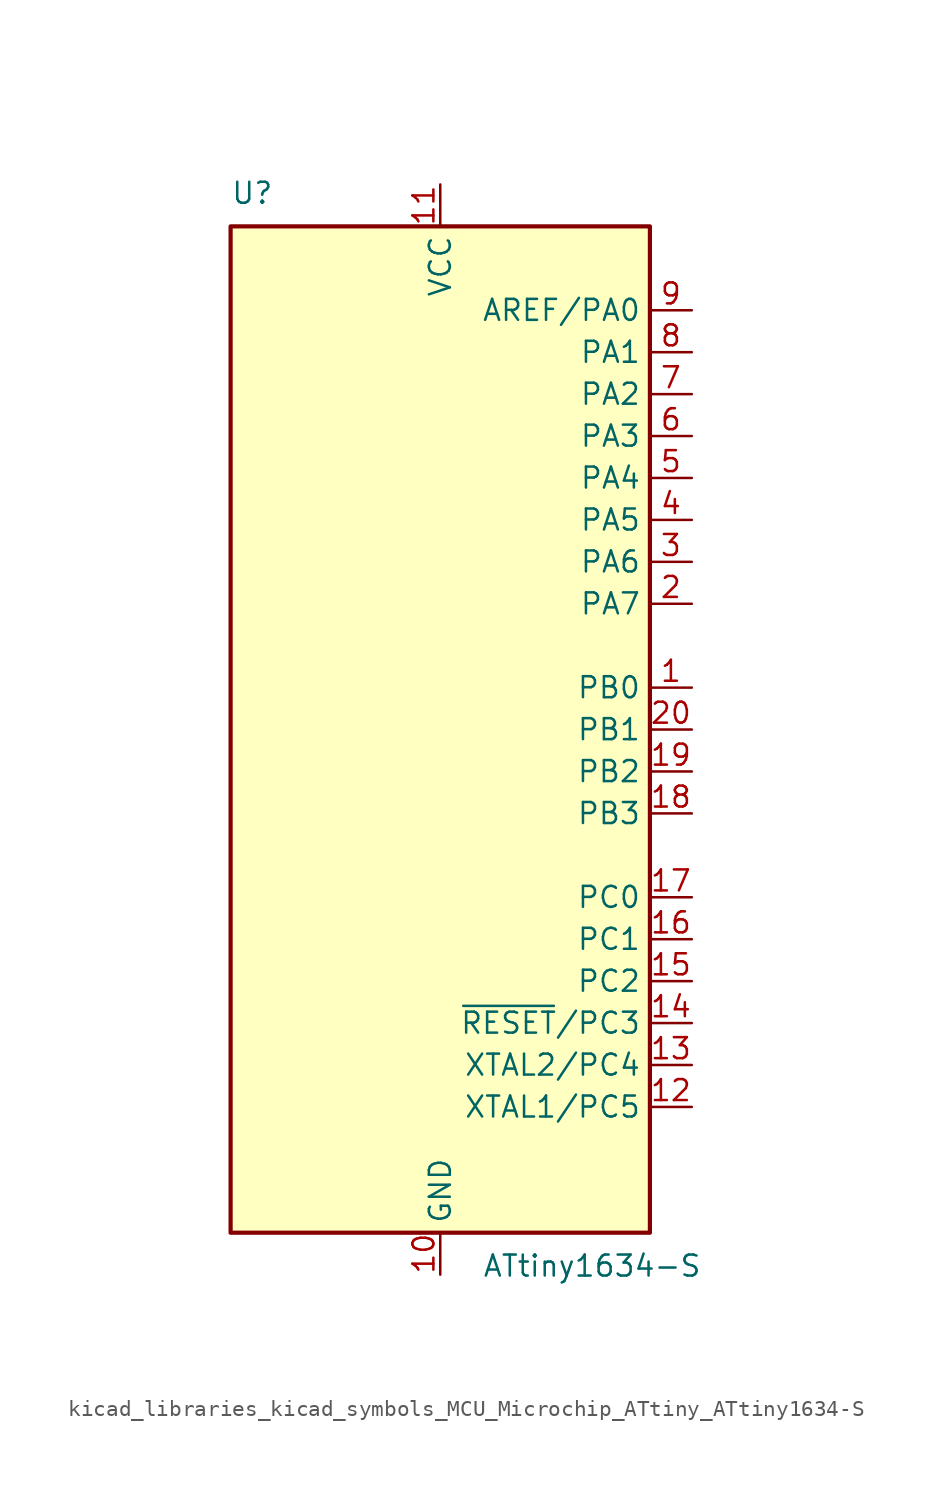
<source format=kicad_sym>
(kicad_symbol_lib
  (version 20220914)
  (generator kicad_symbol_editor)
  (symbol "kicad_libraries_kicad_symbols_MCU_Microchip_ATtiny_ATtiny1634-S"
    (property "Reference" "U"
      (at -12.7 31.75 0)
      (effects (font (size 1.27 1.27)) (justify left bottom)))
    (property "Value" "ATtiny1634-S"
      (at 2.54 -31.75 0)
      (effects (font (size 1.27 1.27)) (justify left top)))
    (symbol "kicad_libraries_kicad_symbols_MCU_Microchip_ATtiny_ATtiny1634-S_0_1"
      (rectangle (start -12.7 -30.48) (end 12.7 30.48) (stroke (width 0.254) (type default)) (fill (type background))))
    (symbol "kicad_libraries_kicad_symbols_MCU_Microchip_ATtiny_ATtiny1634-S_1_1"
      (pin bidirectional line (at 15.24 2.54 180) (length 2.54) (name "PB0" (effects (font (size 1.27 1.27)))) (number "1" (effects (font (size 1.27 1.27)))))
      (pin power_in line (at 0 -33.02 90) (length 2.54) (name "GND" (effects (font (size 1.27 1.27)))) (number "10" (effects (font (size 1.27 1.27)))))
      (pin power_in line (at 0 33.02 270) (length 2.54) (name "VCC" (effects (font (size 1.27 1.27)))) (number "11" (effects (font (size 1.27 1.27)))))
      (pin bidirectional line (at 15.24 -22.86 180) (length 2.54) (name "XTAL1/PC5" (effects (font (size 1.27 1.27)))) (number "12" (effects (font (size 1.27 1.27)))))
      (pin bidirectional line (at 15.24 -20.32 180) (length 2.54) (name "XTAL2/PC4" (effects (font (size 1.27 1.27)))) (number "13" (effects (font (size 1.27 1.27)))))
      (pin bidirectional line (at 15.24 -17.78 180) (length 2.54) (name "~{RESET}/PC3" (effects (font (size 1.27 1.27)))) (number "14" (effects (font (size 1.27 1.27)))))
      (pin bidirectional line (at 15.24 -15.24 180) (length 2.54) (name "PC2" (effects (font (size 1.27 1.27)))) (number "15" (effects (font (size 1.27 1.27)))))
      (pin bidirectional line (at 15.24 -12.7 180) (length 2.54) (name "PC1" (effects (font (size 1.27 1.27)))) (number "16" (effects (font (size 1.27 1.27)))))
      (pin bidirectional line (at 15.24 -10.16 180) (length 2.54) (name "PC0" (effects (font (size 1.27 1.27)))) (number "17" (effects (font (size 1.27 1.27)))))
      (pin bidirectional line (at 15.24 -5.08 180) (length 2.54) (name "PB3" (effects (font (size 1.27 1.27)))) (number "18" (effects (font (size 1.27 1.27)))))
      (pin bidirectional line (at 15.24 -2.54 180) (length 2.54) (name "PB2" (effects (font (size 1.27 1.27)))) (number "19" (effects (font (size 1.27 1.27)))))
      (pin bidirectional line (at 15.24 7.62 180) (length 2.54) (name "PA7" (effects (font (size 1.27 1.27)))) (number "2" (effects (font (size 1.27 1.27)))))
      (pin bidirectional line (at 15.24 0 180) (length 2.54) (name "PB1" (effects (font (size 1.27 1.27)))) (number "20" (effects (font (size 1.27 1.27)))))
      (pin bidirectional line (at 15.24 10.16 180) (length 2.54) (name "PA6" (effects (font (size 1.27 1.27)))) (number "3" (effects (font (size 1.27 1.27)))))
      (pin bidirectional line (at 15.24 12.7 180) (length 2.54) (name "PA5" (effects (font (size 1.27 1.27)))) (number "4" (effects (font (size 1.27 1.27)))))
      (pin bidirectional line (at 15.24 15.24 180) (length 2.54) (name "PA4" (effects (font (size 1.27 1.27)))) (number "5" (effects (font (size 1.27 1.27)))))
      (pin bidirectional line (at 15.24 17.78 180) (length 2.54) (name "PA3" (effects (font (size 1.27 1.27)))) (number "6" (effects (font (size 1.27 1.27)))))
      (pin bidirectional line (at 15.24 20.32 180) (length 2.54) (name "PA2" (effects (font (size 1.27 1.27)))) (number "7" (effects (font (size 1.27 1.27)))))
      (pin bidirectional line (at 15.24 22.86 180) (length 2.54) (name "PA1" (effects (font (size 1.27 1.27)))) (number "8" (effects (font (size 1.27 1.27)))))
      (pin bidirectional line (at 15.24 25.4 180) (length 2.54) (name "AREF/PA0" (effects (font (size 1.27 1.27)))) (number "9" (effects (font (size 1.27 1.27))))))))
</source>
